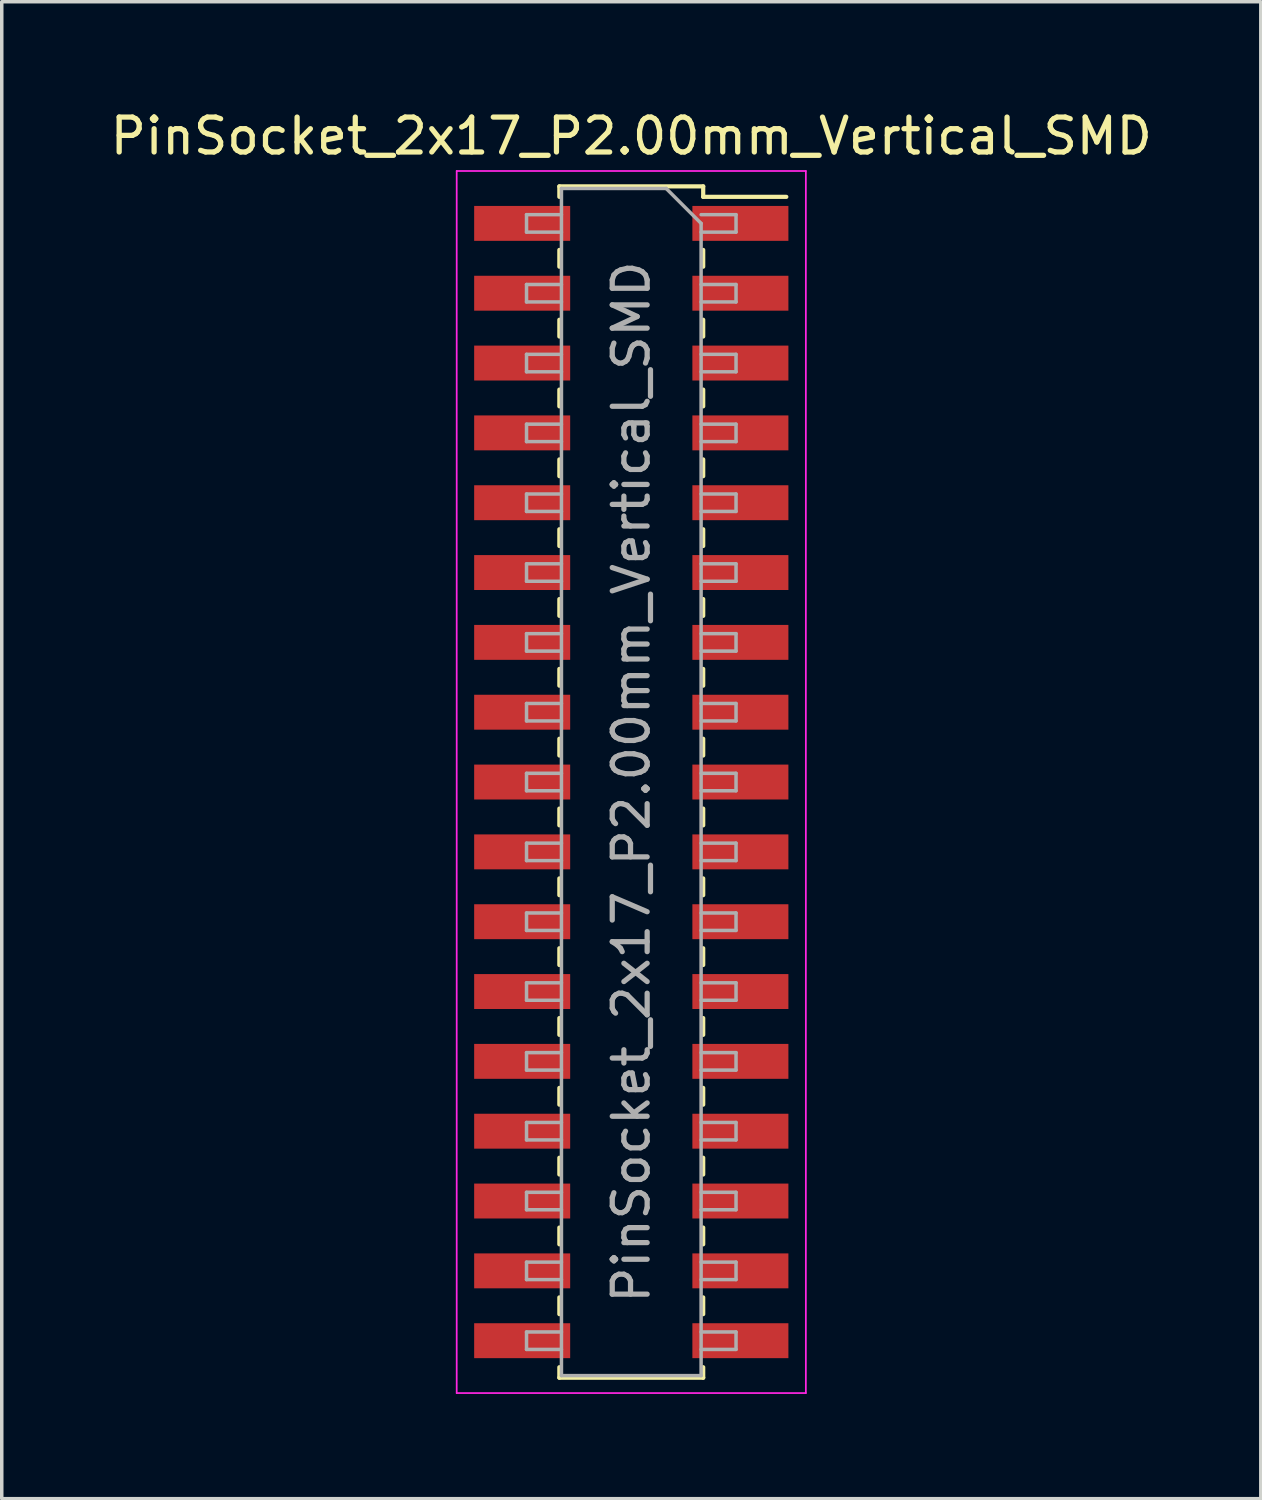
<source format=kicad_pcb>
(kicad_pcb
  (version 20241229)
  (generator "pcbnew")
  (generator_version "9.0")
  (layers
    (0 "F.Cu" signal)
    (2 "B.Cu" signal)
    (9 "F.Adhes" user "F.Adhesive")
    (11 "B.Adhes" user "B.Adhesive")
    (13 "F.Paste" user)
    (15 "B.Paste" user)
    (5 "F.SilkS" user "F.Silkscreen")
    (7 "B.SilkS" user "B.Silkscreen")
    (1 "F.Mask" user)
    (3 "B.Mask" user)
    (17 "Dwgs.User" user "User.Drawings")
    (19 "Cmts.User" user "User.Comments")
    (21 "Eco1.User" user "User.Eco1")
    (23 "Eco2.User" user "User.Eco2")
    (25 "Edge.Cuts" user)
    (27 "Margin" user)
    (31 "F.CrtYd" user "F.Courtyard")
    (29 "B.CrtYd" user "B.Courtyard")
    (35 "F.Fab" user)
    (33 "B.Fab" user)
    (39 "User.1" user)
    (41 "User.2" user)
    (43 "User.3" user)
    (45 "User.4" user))
  (footprint "PinSocket_2x17_P2.00mm_Vertical_SMD"
    (layer "F.Cu")
    (at 15.03 19.348)
    (property "Reference" "PinSocket_2x17_P2.00mm_Vertical_SMD" (at 0 -18.5 0) (layer "F.SilkS") (effects (font (size 1 1) (thickness 0.15))))
    (attr smd)
    (fp_line (start -2.06 -17.06) (end -2.06 -16.76) (stroke (width 0.12) (type solid)) (layer "F.SilkS"))
    (fp_line (start -2.06 -17.06) (end 2.06 -17.06) (stroke (width 0.12) (type solid)) (layer "F.SilkS"))
    (fp_line (start -2.06 -15.24) (end -2.06 -14.76) (stroke (width 0.12) (type solid)) (layer "F.SilkS"))
    (fp_line (start -2.06 -13.24) (end -2.06 -12.76) (stroke (width 0.12) (type solid)) (layer "F.SilkS"))
    (fp_line (start -2.06 -11.24) (end -2.06 -10.76) (stroke (width 0.12) (type solid)) (layer "F.SilkS"))
    (fp_line (start -2.06 -9.24) (end -2.06 -8.76) (stroke (width 0.12) (type solid)) (layer "F.SilkS"))
    (fp_line (start -2.06 -7.24) (end -2.06 -6.76) (stroke (width 0.12) (type solid)) (layer "F.SilkS"))
    (fp_line (start -2.06 -5.24) (end -2.06 -4.76) (stroke (width 0.12) (type solid)) (layer "F.SilkS"))
    (fp_line (start -2.06 -3.24) (end -2.06 -2.76) (stroke (width 0.12) (type solid)) (layer "F.SilkS"))
    (fp_line (start -2.06 -1.24) (end -2.06 -0.76) (stroke (width 0.12) (type solid)) (layer "F.SilkS"))
    (fp_line (start -2.06 0.76) (end -2.06 1.24) (stroke (width 0.12) (type solid)) (layer "F.SilkS"))
    (fp_line (start -2.06 2.76) (end -2.06 3.24) (stroke (width 0.12) (type solid)) (layer "F.SilkS"))
    (fp_line (start -2.06 4.76) (end -2.06 5.24) (stroke (width 0.12) (type solid)) (layer "F.SilkS"))
    (fp_line (start -2.06 6.76) (end -2.06 7.24) (stroke (width 0.12) (type solid)) (layer "F.SilkS"))
    (fp_line (start -2.06 8.76) (end -2.06 9.24) (stroke (width 0.12) (type solid)) (layer "F.SilkS"))
    (fp_line (start -2.06 10.76) (end -2.06 11.24) (stroke (width 0.12) (type solid)) (layer "F.SilkS"))
    (fp_line (start -2.06 12.76) (end -2.06 13.24) (stroke (width 0.12) (type solid)) (layer "F.SilkS"))
    (fp_line (start -2.06 14.76) (end -2.06 15.24) (stroke (width 0.12) (type solid)) (layer "F.SilkS"))
    (fp_line (start -2.06 16.76) (end -2.06 17.06) (stroke (width 0.12) (type solid)) (layer "F.SilkS"))
    (fp_line (start -2.06 17.06) (end 2.06 17.06) (stroke (width 0.12) (type solid)) (layer "F.SilkS"))
    (fp_line (start 2.06 -17.06) (end 2.06 -16.76) (stroke (width 0.12) (type solid)) (layer "F.SilkS"))
    (fp_line (start 2.06 -16.76) (end 4.44 -16.76) (stroke (width 0.12) (type solid)) (layer "F.SilkS"))
    (fp_line (start 2.06 -15.24) (end 2.06 -14.76) (stroke (width 0.12) (type solid)) (layer "F.SilkS"))
    (fp_line (start 2.06 -13.24) (end 2.06 -12.76) (stroke (width 0.12) (type solid)) (layer "F.SilkS"))
    (fp_line (start 2.06 -11.24) (end 2.06 -10.76) (stroke (width 0.12) (type solid)) (layer "F.SilkS"))
    (fp_line (start 2.06 -9.24) (end 2.06 -8.76) (stroke (width 0.12) (type solid)) (layer "F.SilkS"))
    (fp_line (start 2.06 -7.24) (end 2.06 -6.76) (stroke (width 0.12) (type solid)) (layer "F.SilkS"))
    (fp_line (start 2.06 -5.24) (end 2.06 -4.76) (stroke (width 0.12) (type solid)) (layer "F.SilkS"))
    (fp_line (start 2.06 -3.24) (end 2.06 -2.76) (stroke (width 0.12) (type solid)) (layer "F.SilkS"))
    (fp_line (start 2.06 -1.24) (end 2.06 -0.76) (stroke (width 0.12) (type solid)) (layer "F.SilkS"))
    (fp_line (start 2.06 0.76) (end 2.06 1.24) (stroke (width 0.12) (type solid)) (layer "F.SilkS"))
    (fp_line (start 2.06 2.76) (end 2.06 3.24) (stroke (width 0.12) (type solid)) (layer "F.SilkS"))
    (fp_line (start 2.06 4.76) (end 2.06 5.24) (stroke (width 0.12) (type solid)) (layer "F.SilkS"))
    (fp_line (start 2.06 6.76) (end 2.06 7.24) (stroke (width 0.12) (type solid)) (layer "F.SilkS"))
    (fp_line (start 2.06 8.76) (end 2.06 9.24) (stroke (width 0.12) (type solid)) (layer "F.SilkS"))
    (fp_line (start 2.06 10.76) (end 2.06 11.24) (stroke (width 0.12) (type solid)) (layer "F.SilkS"))
    (fp_line (start 2.06 12.76) (end 2.06 13.24) (stroke (width 0.12) (type solid)) (layer "F.SilkS"))
    (fp_line (start 2.06 14.76) (end 2.06 15.24) (stroke (width 0.12) (type solid)) (layer "F.SilkS"))
    (fp_line (start 2.06 16.76) (end 2.06 17.06) (stroke (width 0.12) (type solid)) (layer "F.SilkS"))
    (fp_line (start -5 -17.5) (end 5 -17.5) (stroke (width 0.05) (type solid)) (layer "F.CrtYd"))
    (fp_line (start -5 17.5) (end -5 -17.5) (stroke (width 0.05) (type solid)) (layer "F.CrtYd"))
    (fp_line (start 5 -17.5) (end 5 17.5) (stroke (width 0.05) (type solid)) (layer "F.CrtYd"))
    (fp_line (start 5 17.5) (end -5 17.5) (stroke (width 0.05) (type solid)) (layer "F.CrtYd"))
    (fp_line (start -3 -16.25) (end -2 -16.25) (stroke (width 0.1) (type solid)) (layer "F.Fab"))
    (fp_line (start -3 -15.75) (end -3 -16.25) (stroke (width 0.1) (type solid)) (layer "F.Fab"))
    (fp_line (start -3 -14.25) (end -2 -14.25) (stroke (width 0.1) (type solid)) (layer "F.Fab"))
    (fp_line (start -3 -13.75) (end -3 -14.25) (stroke (width 0.1) (type solid)) (layer "F.Fab"))
    (fp_line (start -3 -12.25) (end -2 -12.25) (stroke (width 0.1) (type solid)) (layer "F.Fab"))
    (fp_line (start -3 -11.75) (end -3 -12.25) (stroke (width 0.1) (type solid)) (layer "F.Fab"))
    (fp_line (start -3 -10.25) (end -2 -10.25) (stroke (width 0.1) (type solid)) (layer "F.Fab"))
    (fp_line (start -3 -9.75) (end -3 -10.25) (stroke (width 0.1) (type solid)) (layer "F.Fab"))
    (fp_line (start -3 -8.25) (end -2 -8.25) (stroke (width 0.1) (type solid)) (layer "F.Fab"))
    (fp_line (start -3 -7.75) (end -3 -8.25) (stroke (width 0.1) (type solid)) (layer "F.Fab"))
    (fp_line (start -3 -6.25) (end -2 -6.25) (stroke (width 0.1) (type solid)) (layer "F.Fab"))
    (fp_line (start -3 -5.75) (end -3 -6.25) (stroke (width 0.1) (type solid)) (layer "F.Fab"))
    (fp_line (start -3 -4.25) (end -2 -4.25) (stroke (width 0.1) (type solid)) (layer "F.Fab"))
    (fp_line (start -3 -3.75) (end -3 -4.25) (stroke (width 0.1) (type solid)) (layer "F.Fab"))
    (fp_line (start -3 -2.25) (end -2 -2.25) (stroke (width 0.1) (type solid)) (layer "F.Fab"))
    (fp_line (start -3 -1.75) (end -3 -2.25) (stroke (width 0.1) (type solid)) (layer "F.Fab"))
    (fp_line (start -3 -0.25) (end -2 -0.25) (stroke (width 0.1) (type solid)) (layer "F.Fab"))
    (fp_line (start -3 0.25) (end -3 -0.25) (stroke (width 0.1) (type solid)) (layer "F.Fab"))
    (fp_line (start -3 1.75) (end -2 1.75) (stroke (width 0.1) (type solid)) (layer "F.Fab"))
    (fp_line (start -3 2.25) (end -3 1.75) (stroke (width 0.1) (type solid)) (layer "F.Fab"))
    (fp_line (start -3 3.75) (end -2 3.75) (stroke (width 0.1) (type solid)) (layer "F.Fab"))
    (fp_line (start -3 4.25) (end -3 3.75) (stroke (width 0.1) (type solid)) (layer "F.Fab"))
    (fp_line (start -3 5.75) (end -2 5.75) (stroke (width 0.1) (type solid)) (layer "F.Fab"))
    (fp_line (start -3 6.25) (end -3 5.75) (stroke (width 0.1) (type solid)) (layer "F.Fab"))
    (fp_line (start -3 7.75) (end -2 7.75) (stroke (width 0.1) (type solid)) (layer "F.Fab"))
    (fp_line (start -3 8.25) (end -3 7.75) (stroke (width 0.1) (type solid)) (layer "F.Fab"))
    (fp_line (start -3 9.75) (end -2 9.75) (stroke (width 0.1) (type solid)) (layer "F.Fab"))
    (fp_line (start -3 10.25) (end -3 9.75) (stroke (width 0.1) (type solid)) (layer "F.Fab"))
    (fp_line (start -3 11.75) (end -2 11.75) (stroke (width 0.1) (type solid)) (layer "F.Fab"))
    (fp_line (start -3 12.25) (end -3 11.75) (stroke (width 0.1) (type solid)) (layer "F.Fab"))
    (fp_line (start -3 13.75) (end -2 13.75) (stroke (width 0.1) (type solid)) (layer "F.Fab"))
    (fp_line (start -3 14.25) (end -3 13.75) (stroke (width 0.1) (type solid)) (layer "F.Fab"))
    (fp_line (start -3 15.75) (end -2 15.75) (stroke (width 0.1) (type solid)) (layer "F.Fab"))
    (fp_line (start -3 16.25) (end -3 15.75) (stroke (width 0.1) (type solid)) (layer "F.Fab"))
    (fp_line (start -2 -17) (end 1 -17) (stroke (width 0.1) (type solid)) (layer "F.Fab"))
    (fp_line (start -2 -15.75) (end -3 -15.75) (stroke (width 0.1) (type solid)) (layer "F.Fab"))
    (fp_line (start -2 -13.75) (end -3 -13.75) (stroke (width 0.1) (type solid)) (layer "F.Fab"))
    (fp_line (start -2 -11.75) (end -3 -11.75) (stroke (width 0.1) (type solid)) (layer "F.Fab"))
    (fp_line (start -2 -9.75) (end -3 -9.75) (stroke (width 0.1) (type solid)) (layer "F.Fab"))
    (fp_line (start -2 -7.75) (end -3 -7.75) (stroke (width 0.1) (type solid)) (layer "F.Fab"))
    (fp_line (start -2 -5.75) (end -3 -5.75) (stroke (width 0.1) (type solid)) (layer "F.Fab"))
    (fp_line (start -2 -3.75) (end -3 -3.75) (stroke (width 0.1) (type solid)) (layer "F.Fab"))
    (fp_line (start -2 -1.75) (end -3 -1.75) (stroke (width 0.1) (type solid)) (layer "F.Fab"))
    (fp_line (start -2 0.25) (end -3 0.25) (stroke (width 0.1) (type solid)) (layer "F.Fab"))
    (fp_line (start -2 2.25) (end -3 2.25) (stroke (width 0.1) (type solid)) (layer "F.Fab"))
    (fp_line (start -2 4.25) (end -3 4.25) (stroke (width 0.1) (type solid)) (layer "F.Fab"))
    (fp_line (start -2 6.25) (end -3 6.25) (stroke (width 0.1) (type solid)) (layer "F.Fab"))
    (fp_line (start -2 8.25) (end -3 8.25) (stroke (width 0.1) (type solid)) (layer "F.Fab"))
    (fp_line (start -2 10.25) (end -3 10.25) (stroke (width 0.1) (type solid)) (layer "F.Fab"))
    (fp_line (start -2 12.25) (end -3 12.25) (stroke (width 0.1) (type solid)) (layer "F.Fab"))
    (fp_line (start -2 14.25) (end -3 14.25) (stroke (width 0.1) (type solid)) (layer "F.Fab"))
    (fp_line (start -2 16.25) (end -3 16.25) (stroke (width 0.1) (type solid)) (layer "F.Fab"))
    (fp_line (start -2 17) (end -2 -17) (stroke (width 0.1) (type solid)) (layer "F.Fab"))
    (fp_line (start 1 -17) (end 2 -16) (stroke (width 0.1) (type solid)) (layer "F.Fab"))
    (fp_line (start 2 -16.25) (end 3 -16.25) (stroke (width 0.1) (type solid)) (layer "F.Fab"))
    (fp_line (start 2 -16) (end 2 17) (stroke (width 0.1) (type solid)) (layer "F.Fab"))
    (fp_line (start 2 -14.25) (end 3 -14.25) (stroke (width 0.1) (type solid)) (layer "F.Fab"))
    (fp_line (start 2 -12.25) (end 3 -12.25) (stroke (width 0.1) (type solid)) (layer "F.Fab"))
    (fp_line (start 2 -10.25) (end 3 -10.25) (stroke (width 0.1) (type solid)) (layer "F.Fab"))
    (fp_line (start 2 -8.25) (end 3 -8.25) (stroke (width 0.1) (type solid)) (layer "F.Fab"))
    (fp_line (start 2 -6.25) (end 3 -6.25) (stroke (width 0.1) (type solid)) (layer "F.Fab"))
    (fp_line (start 2 -4.25) (end 3 -4.25) (stroke (width 0.1) (type solid)) (layer "F.Fab"))
    (fp_line (start 2 -2.25) (end 3 -2.25) (stroke (width 0.1) (type solid)) (layer "F.Fab"))
    (fp_line (start 2 -0.25) (end 3 -0.25) (stroke (width 0.1) (type solid)) (layer "F.Fab"))
    (fp_line (start 2 1.75) (end 3 1.75) (stroke (width 0.1) (type solid)) (layer "F.Fab"))
    (fp_line (start 2 3.75) (end 3 3.75) (stroke (width 0.1) (type solid)) (layer "F.Fab"))
    (fp_line (start 2 5.75) (end 3 5.75) (stroke (width 0.1) (type solid)) (layer "F.Fab"))
    (fp_line (start 2 7.75) (end 3 7.75) (stroke (width 0.1) (type solid)) (layer "F.Fab"))
    (fp_line (start 2 9.75) (end 3 9.75) (stroke (width 0.1) (type solid)) (layer "F.Fab"))
    (fp_line (start 2 11.75) (end 3 11.75) (stroke (width 0.1) (type solid)) (layer "F.Fab"))
    (fp_line (start 2 13.75) (end 3 13.75) (stroke (width 0.1) (type solid)) (layer "F.Fab"))
    (fp_line (start 2 15.75) (end 3 15.75) (stroke (width 0.1) (type solid)) (layer "F.Fab"))
    (fp_line (start 2 17) (end -2 17) (stroke (width 0.1) (type solid)) (layer "F.Fab"))
    (fp_line (start 3 -16.25) (end 3 -15.75) (stroke (width 0.1) (type solid)) (layer "F.Fab"))
    (fp_line (start 3 -15.75) (end 2 -15.75) (stroke (width 0.1) (type solid)) (layer "F.Fab"))
    (fp_line (start 3 -14.25) (end 3 -13.75) (stroke (width 0.1) (type solid)) (layer "F.Fab"))
    (fp_line (start 3 -13.75) (end 2 -13.75) (stroke (width 0.1) (type solid)) (layer "F.Fab"))
    (fp_line (start 3 -12.25) (end 3 -11.75) (stroke (width 0.1) (type solid)) (layer "F.Fab"))
    (fp_line (start 3 -11.75) (end 2 -11.75) (stroke (width 0.1) (type solid)) (layer "F.Fab"))
    (fp_line (start 3 -10.25) (end 3 -9.75) (stroke (width 0.1) (type solid)) (layer "F.Fab"))
    (fp_line (start 3 -9.75) (end 2 -9.75) (stroke (width 0.1) (type solid)) (layer "F.Fab"))
    (fp_line (start 3 -8.25) (end 3 -7.75) (stroke (width 0.1) (type solid)) (layer "F.Fab"))
    (fp_line (start 3 -7.75) (end 2 -7.75) (stroke (width 0.1) (type solid)) (layer "F.Fab"))
    (fp_line (start 3 -6.25) (end 3 -5.75) (stroke (width 0.1) (type solid)) (layer "F.Fab"))
    (fp_line (start 3 -5.75) (end 2 -5.75) (stroke (width 0.1) (type solid)) (layer "F.Fab"))
    (fp_line (start 3 -4.25) (end 3 -3.75) (stroke (width 0.1) (type solid)) (layer "F.Fab"))
    (fp_line (start 3 -3.75) (end 2 -3.75) (stroke (width 0.1) (type solid)) (layer "F.Fab"))
    (fp_line (start 3 -2.25) (end 3 -1.75) (stroke (width 0.1) (type solid)) (layer "F.Fab"))
    (fp_line (start 3 -1.75) (end 2 -1.75) (stroke (width 0.1) (type solid)) (layer "F.Fab"))
    (fp_line (start 3 -0.25) (end 3 0.25) (stroke (width 0.1) (type solid)) (layer "F.Fab"))
    (fp_line (start 3 0.25) (end 2 0.25) (stroke (width 0.1) (type solid)) (layer "F.Fab"))
    (fp_line (start 3 1.75) (end 3 2.25) (stroke (width 0.1) (type solid)) (layer "F.Fab"))
    (fp_line (start 3 2.25) (end 2 2.25) (stroke (width 0.1) (type solid)) (layer "F.Fab"))
    (fp_line (start 3 3.75) (end 3 4.25) (stroke (width 0.1) (type solid)) (layer "F.Fab"))
    (fp_line (start 3 4.25) (end 2 4.25) (stroke (width 0.1) (type solid)) (layer "F.Fab"))
    (fp_line (start 3 5.75) (end 3 6.25) (stroke (width 0.1) (type solid)) (layer "F.Fab"))
    (fp_line (start 3 6.25) (end 2 6.25) (stroke (width 0.1) (type solid)) (layer "F.Fab"))
    (fp_line (start 3 7.75) (end 3 8.25) (stroke (width 0.1) (type solid)) (layer "F.Fab"))
    (fp_line (start 3 8.25) (end 2 8.25) (stroke (width 0.1) (type solid)) (layer "F.Fab"))
    (fp_line (start 3 9.75) (end 3 10.25) (stroke (width 0.1) (type solid)) (layer "F.Fab"))
    (fp_line (start 3 10.25) (end 2 10.25) (stroke (width 0.1) (type solid)) (layer "F.Fab"))
    (fp_line (start 3 11.75) (end 3 12.25) (stroke (width 0.1) (type solid)) (layer "F.Fab"))
    (fp_line (start 3 12.25) (end 2 12.25) (stroke (width 0.1) (type solid)) (layer "F.Fab"))
    (fp_line (start 3 13.75) (end 3 14.25) (stroke (width 0.1) (type solid)) (layer "F.Fab"))
    (fp_line (start 3 14.25) (end 2 14.25) (stroke (width 0.1) (type solid)) (layer "F.Fab"))
    (fp_line (start 3 15.75) (end 3 16.25) (stroke (width 0.1) (type solid)) (layer "F.Fab"))
    (fp_line (start 3 16.25) (end 2 16.25) (stroke (width 0.1) (type solid)) (layer "F.Fab"))
    (fp_text user "${REFERENCE}" (at 0 0 90) (layer "F.Fab") (effects (font (size 1 1) (thickness 0.15))))
    (pad "1" smd rect (at 3.125 -16) (size 2.75 1) (layers "F.Cu" "F.Mask" "F.Paste"))
    (pad "2" smd rect (at -3.125 -16) (size 2.75 1) (layers "F.Cu" "F.Mask" "F.Paste"))
    (pad "3" smd rect (at 3.125 -14) (size 2.75 1) (layers "F.Cu" "F.Mask" "F.Paste"))
    (pad "4" smd rect (at -3.125 -14) (size 2.75 1) (layers "F.Cu" "F.Mask" "F.Paste"))
    (pad "5" smd rect (at 3.125 -12) (size 2.75 1) (layers "F.Cu" "F.Mask" "F.Paste"))
    (pad "6" smd rect (at -3.125 -12) (size 2.75 1) (layers "F.Cu" "F.Mask" "F.Paste"))
    (pad "7" smd rect (at 3.125 -10) (size 2.75 1) (layers "F.Cu" "F.Mask" "F.Paste"))
    (pad "8" smd rect (at -3.125 -10) (size 2.75 1) (layers "F.Cu" "F.Mask" "F.Paste"))
    (pad "9" smd rect (at 3.125 -8) (size 2.75 1) (layers "F.Cu" "F.Mask" "F.Paste"))
    (pad "10" smd rect (at -3.125 -8) (size 2.75 1) (layers "F.Cu" "F.Mask" "F.Paste"))
    (pad "11" smd rect (at 3.125 -6) (size 2.75 1) (layers "F.Cu" "F.Mask" "F.Paste"))
    (pad "12" smd rect (at -3.125 -6) (size 2.75 1) (layers "F.Cu" "F.Mask" "F.Paste"))
    (pad "13" smd rect (at 3.125 -4) (size 2.75 1) (layers "F.Cu" "F.Mask" "F.Paste"))
    (pad "14" smd rect (at -3.125 -4) (size 2.75 1) (layers "F.Cu" "F.Mask" "F.Paste"))
    (pad "15" smd rect (at 3.125 -2) (size 2.75 1) (layers "F.Cu" "F.Mask" "F.Paste"))
    (pad "16" smd rect (at -3.125 -2) (size 2.75 1) (layers "F.Cu" "F.Mask" "F.Paste"))
    (pad "17" smd rect (at 3.125 0) (size 2.75 1) (layers "F.Cu" "F.Mask" "F.Paste"))
    (pad "18" smd rect (at -3.125 0) (size 2.75 1) (layers "F.Cu" "F.Mask" "F.Paste"))
    (pad "19" smd rect (at 3.125 2) (size 2.75 1) (layers "F.Cu" "F.Mask" "F.Paste"))
    (pad "20" smd rect (at -3.125 2) (size 2.75 1) (layers "F.Cu" "F.Mask" "F.Paste"))
    (pad "21" smd rect (at 3.125 4) (size 2.75 1) (layers "F.Cu" "F.Mask" "F.Paste"))
    (pad "22" smd rect (at -3.125 4) (size 2.75 1) (layers "F.Cu" "F.Mask" "F.Paste"))
    (pad "23" smd rect (at 3.125 6) (size 2.75 1) (layers "F.Cu" "F.Mask" "F.Paste"))
    (pad "24" smd rect (at -3.125 6) (size 2.75 1) (layers "F.Cu" "F.Mask" "F.Paste"))
    (pad "25" smd rect (at 3.125 8) (size 2.75 1) (layers "F.Cu" "F.Mask" "F.Paste"))
    (pad "26" smd rect (at -3.125 8) (size 2.75 1) (layers "F.Cu" "F.Mask" "F.Paste"))
    (pad "27" smd rect (at 3.125 10) (size 2.75 1) (layers "F.Cu" "F.Mask" "F.Paste"))
    (pad "28" smd rect (at -3.125 10) (size 2.75 1) (layers "F.Cu" "F.Mask" "F.Paste"))
    (pad "29" smd rect (at 3.125 12) (size 2.75 1) (layers "F.Cu" "F.Mask" "F.Paste"))
    (pad "30" smd rect (at -3.125 12) (size 2.75 1) (layers "F.Cu" "F.Mask" "F.Paste"))
    (pad "31" smd rect (at 3.125 14) (size 2.75 1) (layers "F.Cu" "F.Mask" "F.Paste"))
    (pad "32" smd rect (at -3.125 14) (size 2.75 1) (layers "F.Cu" "F.Mask" "F.Paste"))
    (pad "33" smd rect (at 3.125 16) (size 2.75 1) (layers "F.Cu" "F.Mask" "F.Paste"))
    (pad "34" smd rect (at -3.125 16) (size 2.75 1) (layers "F.Cu" "F.Mask" "F.Paste")))
  (gr_rect
    (start -3 -3)
    (end 33.06 39.873)
    (stroke (width 0.1) (type default))
    (fill no)
    (layer "Edge.Cuts")))
</source>
